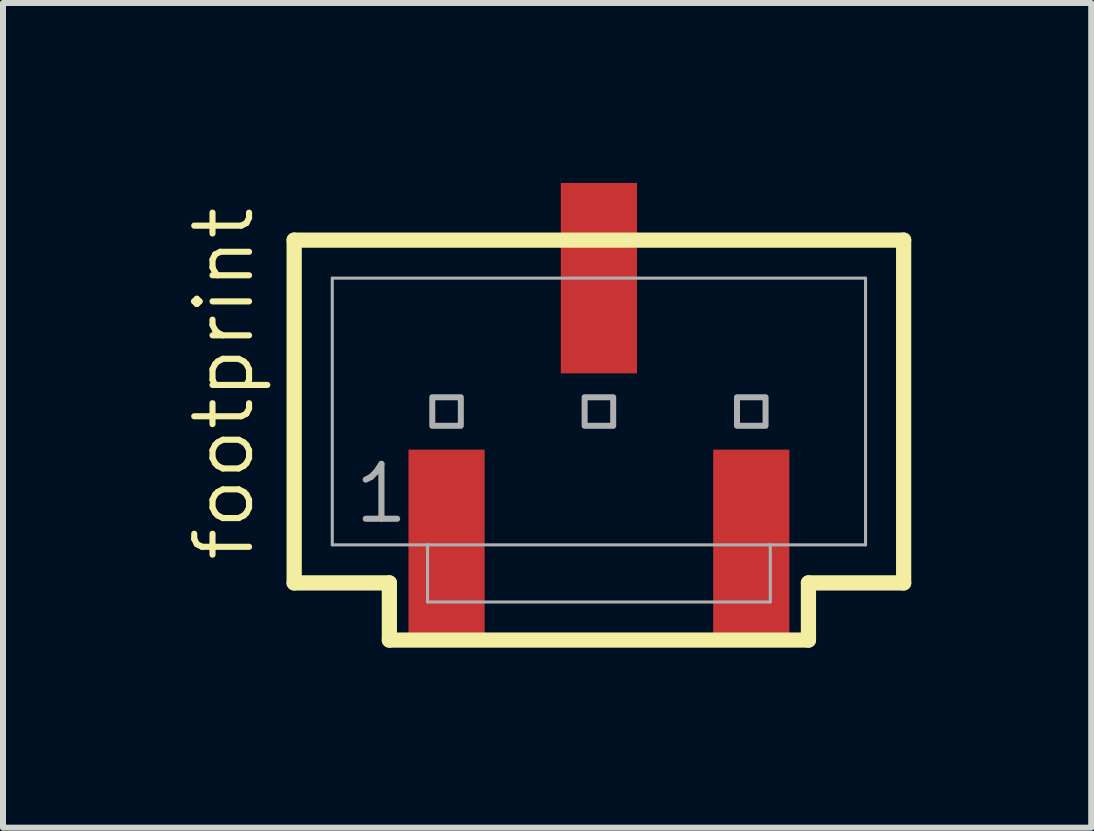
<source format=kicad_pcb>
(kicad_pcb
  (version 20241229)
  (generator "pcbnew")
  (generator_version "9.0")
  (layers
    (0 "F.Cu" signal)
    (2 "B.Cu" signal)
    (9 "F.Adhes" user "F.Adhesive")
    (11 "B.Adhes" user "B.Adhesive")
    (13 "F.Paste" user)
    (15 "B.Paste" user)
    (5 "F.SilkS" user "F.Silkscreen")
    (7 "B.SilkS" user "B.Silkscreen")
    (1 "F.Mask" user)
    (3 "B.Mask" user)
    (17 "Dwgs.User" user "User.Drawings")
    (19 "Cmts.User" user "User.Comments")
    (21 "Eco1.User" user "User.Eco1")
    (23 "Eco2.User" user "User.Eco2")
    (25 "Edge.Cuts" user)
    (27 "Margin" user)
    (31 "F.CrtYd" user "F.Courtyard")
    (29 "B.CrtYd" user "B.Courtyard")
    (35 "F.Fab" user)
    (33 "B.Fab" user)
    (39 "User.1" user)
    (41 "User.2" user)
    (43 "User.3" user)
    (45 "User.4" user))
  (footprint "footprint"
    (layer "F.Cu")
    (at 6.934 3.81)
    (property "Reference" "footprint" (at -5.715 2.54 90) (layer "F.SilkS") (effects (font (size 0.914 0.914) (thickness 0.102)) (justify left bottom)))
    (fp_line (start -5.08 -2.857) (end -5.08 2.857) (stroke (width 0.254) (type solid)) (layer "F.SilkS"))
    (fp_line (start -5.08 2.857) (end -3.493 2.857) (stroke (width 0.254) (type solid)) (layer "F.SilkS"))
    (fp_line (start -3.493 2.857) (end -3.493 3.81) (stroke (width 0.254) (type solid)) (layer "F.SilkS"))
    (fp_line (start -3.493 3.81) (end 3.493 3.81) (stroke (width 0.254) (type solid)) (layer "F.SilkS"))
    (fp_line (start 3.493 2.857) (end 5.08 2.857) (stroke (width 0.254) (type solid)) (layer "F.SilkS"))
    (fp_line (start 3.493 3.81) (end 3.493 2.857) (stroke (width 0.254) (type solid)) (layer "F.SilkS"))
    (fp_line (start 5.08 -2.857) (end -5.08 -2.857) (stroke (width 0.254) (type solid)) (layer "F.SilkS"))
    (fp_line (start 5.08 2.857) (end 5.08 -2.857) (stroke (width 0.254) (type solid)) (layer "F.SilkS"))
    (fp_line (start -4.445 -2.223) (end -4.445 2.223) (stroke (width 0.051) (type solid)) (layer "F.Fab"))
    (fp_line (start -4.445 -2.223) (end 4.445 -2.223) (stroke (width 0.051) (type solid)) (layer "F.Fab"))
    (fp_line (start -4.445 2.223) (end -2.857 2.223) (stroke (width 0.051) (type solid)) (layer "F.Fab"))
    (fp_line (start -2.857 2.223) (end -2.857 3.175) (stroke (width 0.051) (type solid)) (layer "F.Fab"))
    (fp_line (start -2.857 2.223) (end 2.857 2.223) (stroke (width 0.051) (type solid)) (layer "F.Fab"))
    (fp_line (start 2.857 2.223) (end 2.857 3.175) (stroke (width 0.051) (type solid)) (layer "F.Fab"))
    (fp_line (start 2.857 2.223) (end 4.445 2.223) (stroke (width 0.051) (type solid)) (layer "F.Fab"))
    (fp_line (start 2.857 3.175) (end -2.857 3.175) (stroke (width 0.051) (type solid)) (layer "F.Fab"))
    (fp_line (start 4.445 -2.223) (end 4.445 2.223) (stroke (width 0.051) (type solid)) (layer "F.Fab"))
    (fp_poly (pts (xy -2.778 0.238) (xy -2.302 0.238) (xy -2.302 -0.238) (xy -2.778 -0.238)) (stroke (width 0.1) (type solid)) (fill no) (layer "F.Fab"))
    (fp_poly (pts (xy -0.238 0.238) (xy 0.238 0.238) (xy 0.238 -0.238) (xy -0.238 -0.238)) (stroke (width 0.1) (type solid)) (fill no) (layer "F.Fab"))
    (fp_poly (pts (xy 2.302 0.238) (xy 2.778 0.238) (xy 2.778 -0.238) (xy 2.302 -0.238)) (stroke (width 0.1) (type solid)) (fill no) (layer "F.Fab"))
    (fp_text user "1" (at -4.128 1.905 0) (layer "F.Fab") (effects (font (size 0.914 0.914) (thickness 0.102)) (justify left bottom)))
    (pad "1" smd rect (at -2.54 2.223 270) (size 3.175 1.27) (layers "F.Cu" "F.Mask" "F.Paste"))
    (pad "2" smd rect (at 0 -2.223 270) (size 3.175 1.27) (layers "F.Cu" "F.Mask" "F.Paste"))
    (pad "3" smd rect (at 2.54 2.223 270) (size 3.175 1.27) (layers "F.Cu" "F.Mask" "F.Paste")))
  (gr_rect
    (start -3 -3)
    (end 15.141 10.747)
    (stroke (width 0.1) (type default))
    (fill no)
    (layer "Edge.Cuts")))
</source>
